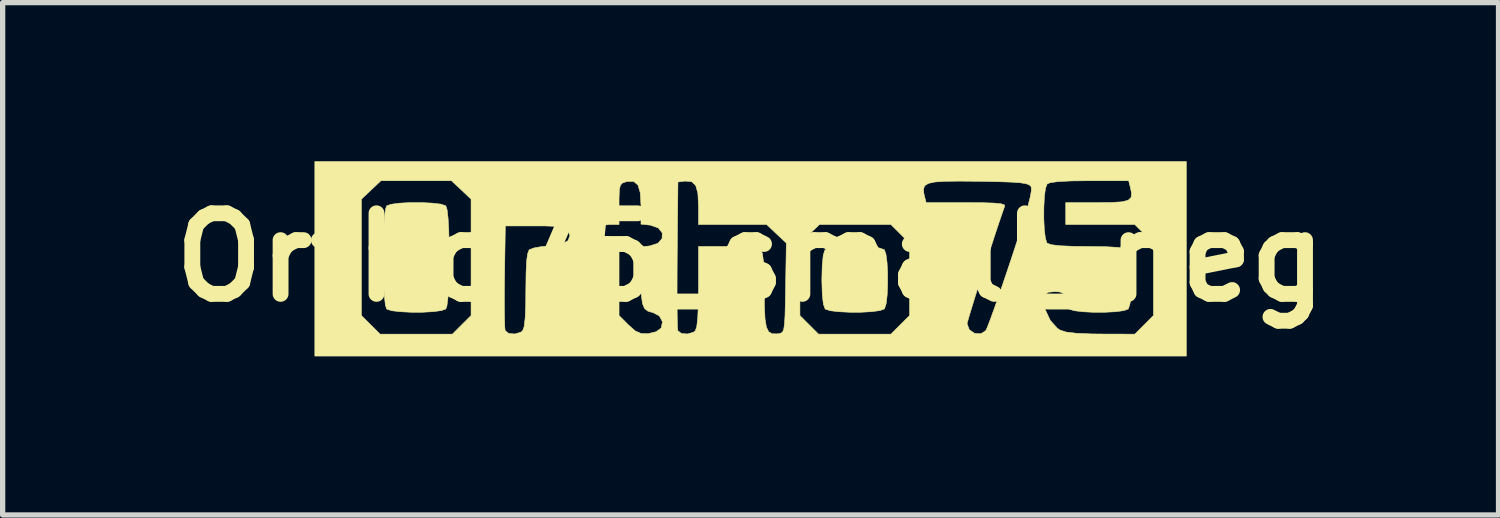
<source format=kicad_pcb>
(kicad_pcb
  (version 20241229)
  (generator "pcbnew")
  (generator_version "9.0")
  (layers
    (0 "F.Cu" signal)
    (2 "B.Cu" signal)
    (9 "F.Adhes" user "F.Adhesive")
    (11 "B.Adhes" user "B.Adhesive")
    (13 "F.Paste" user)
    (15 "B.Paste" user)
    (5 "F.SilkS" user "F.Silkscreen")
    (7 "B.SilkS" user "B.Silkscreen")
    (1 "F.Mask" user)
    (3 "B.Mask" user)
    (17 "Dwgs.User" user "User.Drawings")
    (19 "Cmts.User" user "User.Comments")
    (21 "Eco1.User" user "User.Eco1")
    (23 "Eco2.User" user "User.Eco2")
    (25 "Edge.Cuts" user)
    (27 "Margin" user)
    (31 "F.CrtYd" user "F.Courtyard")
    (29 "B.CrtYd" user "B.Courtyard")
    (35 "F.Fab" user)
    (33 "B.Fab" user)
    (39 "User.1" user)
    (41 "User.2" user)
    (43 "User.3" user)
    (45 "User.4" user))
  (footprint "Ortho75_small_neg"
    (layer "F.Cu")
    (at 11.147 1.819)
    (property "Reference" "Ortho75_small_neg" (at 0 0 0) (layer "F.SilkS") (effects (font (size 1.524 1.524) (thickness 0.3))))
    (attr through_hole)
    (fp_poly (pts (xy 2.273 -0.198) (xy 2.435 -0.178) (xy 2.526 -0.148) (xy 2.53 -0.145) (xy 2.56 -0.063) (xy 2.581 0.094) (xy 2.592 0.296) (xy 2.592 0.513) (xy 2.583 0.718) (xy 2.563 0.88) (xy 2.533 0.971) (xy 2.53 0.975) (xy 2.447 1.005) (xy 2.29 1.026) (xy 2.089 1.037) (xy 1.871 1.037) (xy 1.667 1.027) (xy 1.505 1.008) (xy 1.414 0.978) (xy 1.41 0.975) (xy 1.377 0.886) (xy 1.356 0.704) (xy 1.348 0.438) (xy 1.348 0.415) (xy 1.355 0.143) (xy 1.375 -0.046) (xy 1.407 -0.142) (xy 1.41 -0.145) (xy 1.493 -0.176) (xy 1.649 -0.197) (xy 1.851 -0.207) (xy 2.068 -0.208) (xy 2.273 -0.198)) (stroke (width 0.01) (type solid)) (fill yes) (layer "F.SilkS"))
    (fp_poly (pts (xy -6.021 -1.027) (xy -5.859 -1.008) (xy -5.768 -0.978) (xy -5.764 -0.975) (xy -5.74 -0.9) (xy -5.722 -0.742) (xy -5.709 -0.523) (xy -5.701 -0.263) (xy -5.699 0.016) (xy -5.702 0.294) (xy -5.71 0.551) (xy -5.724 0.764) (xy -5.743 0.913) (xy -5.764 0.975) (xy -5.847 1.005) (xy -6.003 1.026) (xy -6.205 1.037) (xy -6.423 1.037) (xy -6.627 1.027) (xy -6.789 1.008) (xy -6.88 0.978) (xy -6.884 0.975) (xy -6.908 0.9) (xy -6.926 0.742) (xy -6.939 0.523) (xy -6.947 0.263) (xy -6.95 -0.016) (xy -6.947 -0.294) (xy -6.938 -0.551) (xy -6.924 -0.764) (xy -6.905 -0.913) (xy -6.884 -0.975) (xy -6.801 -1.005) (xy -6.645 -1.026) (xy -6.443 -1.037) (xy -6.225 -1.037) (xy -6.021 -1.027)) (stroke (width 0.01) (type solid)) (fill yes) (layer "F.SilkS"))
    (fp_poly (pts (xy 8.242 1.866) (xy -8.242 1.866) (xy -8.242 -1.102) (xy -7.361 -1.102) (xy -7.361 1.099) (xy -7.008 1.451) (xy -5.64 1.451) (xy -5.464 1.275) (xy -5.287 1.099) (xy -5.287 0.943) (xy -4.657 0.943) (xy -4.654 1.166) (xy -4.649 1.319) (xy -4.642 1.385) (xy -4.574 1.438) (xy -4.46 1.448) (xy -4.347 1.415) (xy -4.313 1.389) (xy -4.283 1.31) (xy -4.263 1.137) (xy -4.253 0.867) (xy -4.251 0.618) (xy -4.247 0.301) (xy -4.237 0.076) (xy -4.218 -0.067) (xy -4.191 -0.139) (xy -4.184 -0.146) (xy -4.098 -0.179) (xy -3.947 -0.206) (xy -3.814 -0.217) (xy -3.588 -0.249) (xy -3.455 -0.315) (xy -3.417 -0.412) (xy -3.448 -0.492) (xy -2.882 -0.492) (xy -2.879 -0.341) (xy -2.791 -0.242) (xy -2.637 -0.207) (xy -2.488 -0.207) (xy -2.488 1.099) (xy -2.309 1.278) (xy -2.18 1.391) (xy -2.07 1.439) (xy -1.938 1.442) (xy -1.785 1.405) (xy -1.691 1.336) (xy -1.69 1.335) (xy -1.667 1.216) (xy -1.725 1.107) (xy -1.845 1.044) (xy -1.846 1.044) (xy -1.941 1.017) (xy -2.006 0.966) (xy -2.045 0.873) (xy -2.066 0.72) (xy -2.068 0.653) (xy -1.391 0.653) (xy -1.39 0.943) (xy -1.387 1.171) (xy -1.382 1.324) (xy -1.376 1.386) (xy -1.309 1.438) (xy -1.194 1.448) (xy -1.081 1.415) (xy -1.047 1.389) (xy -1.019 1.314) (xy -1 1.151) (xy -0.988 0.894) (xy -0.985 0.56) (xy -0.985 -0.207) (xy -0.425 -0.207) (xy -0.126 -0.201) (xy 0.08 -0.182) (xy 0.188 -0.152) (xy 0.197 -0.145) (xy 0.226 -0.065) (xy 0.246 0.107) (xy 0.257 0.377) (xy 0.259 0.626) (xy 0.262 0.942) (xy 0.274 1.169) (xy 0.299 1.319) (xy 0.342 1.406) (xy 0.408 1.444) (xy 0.5 1.446) (xy 0.528 1.442) (xy 0.573 1.433) (xy 0.605 1.41) (xy 0.627 1.358) (xy 0.641 1.262) (xy 0.651 1.107) (xy 0.657 0.877) (xy 0.662 0.578) (xy 0.676 -0.27) (xy 0.674 -0.273) (xy 0.933 -0.273) (xy 0.933 1.099) (xy 1.109 1.275) (xy 1.286 1.451) (xy 2.654 1.451) (xy 3.007 1.099) (xy 3.007 -0.27) (xy 2.654 -0.622) (xy 1.303 -0.622) (xy 1.118 -0.447) (xy 0.933 -0.273) (xy 0.674 -0.273) (xy 0.49 -0.446) (xy 0.304 -0.622) (xy -0.985 -0.622) (xy -0.985 -0.979) (xy -0.997 -1.214) (xy -1.019 -1.293) (xy 3.27 -1.293) (xy 3.278 -1.207) (xy 3.287 -1.167) (xy 3.32 -1.037) (xy 4.076 -1.037) (xy 4.382 -1.035) (xy 4.597 -1.028) (xy 4.732 -1.016) (xy 4.797 -0.996) (xy 4.807 -0.972) (xy 4.761 -0.841) (xy 4.694 -0.644) (xy 4.612 -0.397) (xy 4.522 -0.119) (xy 4.427 0.173) (xy 4.335 0.462) (xy 4.25 0.731) (xy 4.179 0.961) (xy 4.127 1.135) (xy 4.098 1.237) (xy 4.095 1.254) (xy 4.137 1.368) (xy 4.237 1.436) (xy 4.356 1.443) (xy 4.447 1.387) (xy 4.477 1.322) (xy 4.535 1.172) (xy 4.615 0.951) (xy 4.712 0.673) (xy 4.822 0.351) (xy 4.929 0.033) (xy 5.066 -0.385) (xy 5.17 -0.715) (xy 5.175 -0.731) (xy 5.546 -0.731) (xy 5.556 -0.526) (xy 5.576 -0.364) (xy 5.605 -0.273) (xy 5.609 -0.27) (xy 5.689 -0.24) (xy 5.862 -0.22) (xy 6.133 -0.209) (xy 6.376 -0.207) (xy 6.715 -0.203) (xy 6.955 -0.189) (xy 7.098 -0.166) (xy 7.143 -0.145) (xy 7.174 -0.063) (xy 7.195 0.094) (xy 7.205 0.296) (xy 7.206 0.513) (xy 7.196 0.718) (xy 7.176 0.88) (xy 7.146 0.971) (xy 7.143 0.975) (xy 7.061 1.006) (xy 6.905 1.027) (xy 6.706 1.037) (xy 6.49 1.038) (xy 6.287 1.028) (xy 6.124 1.008) (xy 6.032 0.979) (xy 6.024 0.972) (xy 5.976 0.872) (xy 5.953 0.778) (xy 5.925 0.689) (xy 5.85 0.653) (xy 5.754 0.648) (xy 5.63 0.658) (xy 5.575 0.707) (xy 5.555 0.803) (xy 5.577 0.995) (xy 5.668 1.19) (xy 5.804 1.342) (xy 5.855 1.375) (xy 5.971 1.412) (xy 6.167 1.435) (xy 6.452 1.447) (xy 6.627 1.449) (xy 7.268 1.451) (xy 7.444 1.275) (xy 7.62 1.099) (xy 7.62 -0.27) (xy 7.444 -0.446) (xy 7.268 -0.622) (xy 5.961 -0.622) (xy 5.961 -1.037) (xy 6.559 -1.037) (xy 6.838 -1.04) (xy 7.028 -1.052) (xy 7.143 -1.082) (xy 7.197 -1.134) (xy 7.205 -1.216) (xy 7.184 -1.322) (xy 7.151 -1.451) (xy 6.411 -1.451) (xy 6.066 -1.447) (xy 5.819 -1.435) (xy 5.667 -1.414) (xy 5.609 -1.389) (xy 5.578 -1.307) (xy 5.557 -1.15) (xy 5.547 -0.948) (xy 5.546 -0.731) (xy 5.175 -0.731) (xy 5.244 -0.965) (xy 5.29 -1.145) (xy 5.311 -1.263) (xy 5.309 -1.33) (xy 5.304 -1.341) (xy 5.271 -1.372) (xy 5.209 -1.395) (xy 5.102 -1.412) (xy 4.937 -1.424) (xy 4.699 -1.432) (xy 4.374 -1.439) (xy 4.317 -1.44) (xy 3.953 -1.443) (xy 3.68 -1.44) (xy 3.487 -1.427) (xy 3.363 -1.4) (xy 3.294 -1.356) (xy 3.27 -1.293) (xy -1.019 -1.293) (xy -1.038 -1.362) (xy -1.116 -1.434) (xy -1.239 -1.444) (xy -1.254 -1.442) (xy -1.374 -1.426) (xy -1.388 -0.053) (xy -1.39 0.317) (xy -1.391 0.653) (xy -2.068 0.653) (xy -2.073 0.49) (xy -2.073 0.36) (xy -2.073 -0.201) (xy -1.91 -0.217) (xy -1.753 -0.267) (xy -1.674 -0.358) (xy -1.671 -0.464) (xy -1.746 -0.558) (xy -1.897 -0.611) (xy -1.91 -0.612) (xy -2.073 -0.629) (xy -2.073 -0.982) (xy -2.086 -1.22) (xy -2.13 -1.367) (xy -2.21 -1.436) (xy -2.335 -1.436) (xy -2.358 -1.43) (xy -2.424 -1.407) (xy -2.463 -1.365) (xy -2.482 -1.278) (xy -2.488 -1.124) (xy -2.488 -1.01) (xy -2.488 -0.622) (xy -2.669 -0.622) (xy -2.798 -0.608) (xy -2.861 -0.552) (xy -2.882 -0.492) (xy -3.448 -0.492) (xy -3.453 -0.505) (xy -3.493 -0.546) (xy -3.563 -0.573) (xy -3.684 -0.588) (xy -3.875 -0.595) (xy -4.075 -0.596) (xy -4.639 -0.596) (xy -4.654 0.361) (xy -4.657 0.669) (xy -4.657 0.943) (xy -5.287 0.943) (xy -5.287 -1.102) (xy -5.472 -1.277) (xy -5.658 -1.451) (xy -6.991 -1.451) (xy -7.176 -1.277) (xy -7.361 -1.102) (xy -8.242 -1.102) (xy -8.242 -1.814) (xy 8.242 -1.814) (xy 8.242 1.866)) (stroke (width 0.01) (type solid)) (fill yes) (layer "F.SilkS")))
  (gr_rect
    (start -3 -3)
    (end 25.294 6.69)
    (stroke (width 0.1) (type default))
    (fill no)
    (layer "Edge.Cuts")))
</source>
